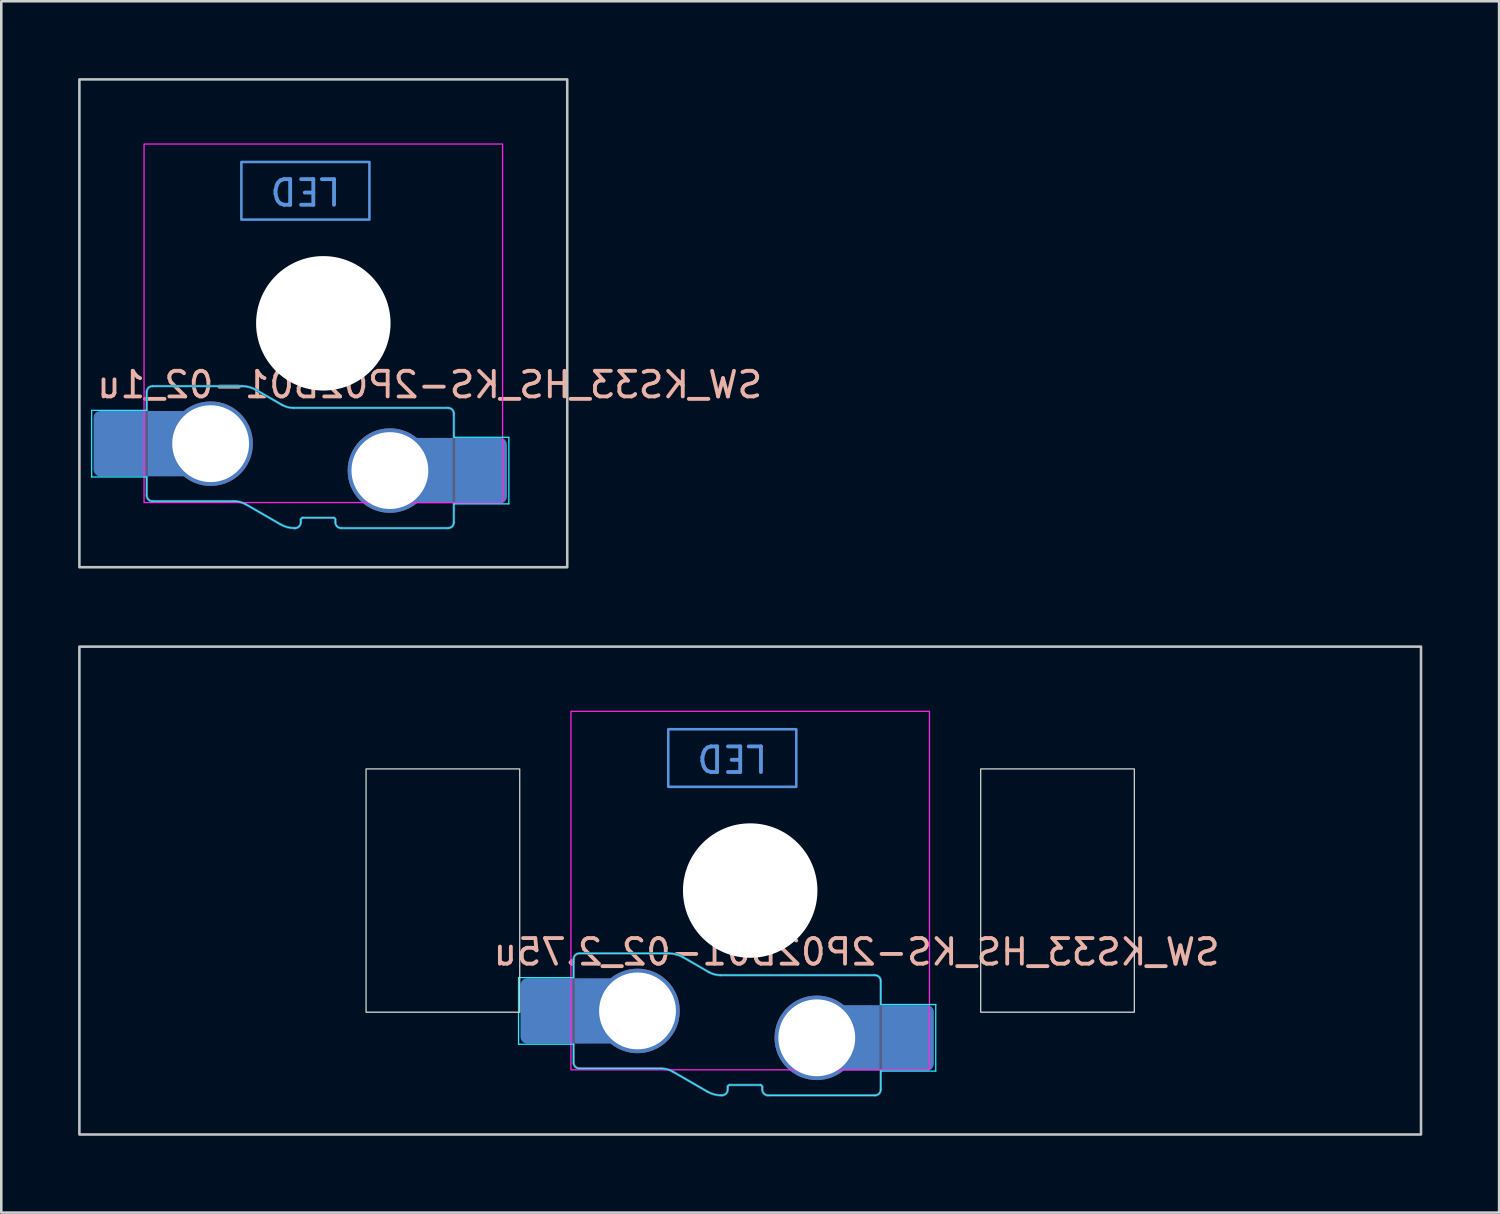
<source format=kicad_pcb>
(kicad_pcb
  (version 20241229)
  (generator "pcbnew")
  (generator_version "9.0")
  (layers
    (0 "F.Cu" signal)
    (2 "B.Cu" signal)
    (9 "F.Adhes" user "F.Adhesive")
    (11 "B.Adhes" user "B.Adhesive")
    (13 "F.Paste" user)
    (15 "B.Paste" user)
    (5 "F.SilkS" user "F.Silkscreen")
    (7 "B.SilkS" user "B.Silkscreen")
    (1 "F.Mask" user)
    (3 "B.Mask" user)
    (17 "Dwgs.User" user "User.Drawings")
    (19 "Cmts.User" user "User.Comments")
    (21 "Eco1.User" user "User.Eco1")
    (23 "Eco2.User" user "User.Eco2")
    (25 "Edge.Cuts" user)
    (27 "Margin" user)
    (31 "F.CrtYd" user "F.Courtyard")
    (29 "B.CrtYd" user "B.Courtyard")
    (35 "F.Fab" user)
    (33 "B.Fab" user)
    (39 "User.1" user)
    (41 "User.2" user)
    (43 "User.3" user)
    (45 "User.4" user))
  (footprint "SW_KS33_HS_KS-2P02B01-02_2.75u"
    (layer "F.Cu")
    (at 26.244 31.725)
    (property "Reference" "SW_KS33_HS_KS-2P02B01-02_2.75u" (at 4.155 2.4 180) (layer "B.SilkS") (effects (font (size 1 1) (thickness 0.15)) (justify mirror)))
    (attr smd)
    (fp_rect (start -26.194 -9.525) (end 26.194 9.525) (stroke (width 0.1) (type solid)) (fill no) (layer "Dwgs.User"))
    (fp_rect (start -3.2 -4.05) (end 1.8 -6.3) (stroke (width 0.1) (type default)) (fill no) (layer "Cmts.User"))
    (fp_line (start -7 -6.5) (end -7 6.5) (stroke (width 0.1) (type default)) (layer "Eco2.User"))
    (fp_line (start -6.5 7) (end 6.5 7) (stroke (width 0.1) (type default)) (layer "Eco2.User"))
    (fp_line (start 6.5 -7) (end -6.5 -7) (stroke (width 0.1) (type default)) (layer "Eco2.User"))
    (fp_line (start 7 6.5) (end 7 -6.5) (stroke (width 0.1) (type default)) (layer "Eco2.User"))
    (fp_arc (start -7 -6.5) (mid -6.853553 -6.853553) (end -6.5 -7) (stroke (width 0.1) (type default)) (layer "Eco2.User"))
    (fp_arc (start -6.5 7) (mid -6.853553 6.853553) (end -7 6.5) (stroke (width 0.1) (type default)) (layer "Eco2.User"))
    (fp_arc (start 6.5 -7) (mid 6.853553 -6.853553) (end 7 -6.5) (stroke (width 0.1) (type default)) (layer "Eco2.User"))
    (fp_arc (start 7 6.5) (mid 6.853553 6.853553) (end 6.5 7) (stroke (width 0.1) (type default)) (layer "Eco2.User"))
    (fp_rect (start -15 -4.75) (end -9 4.75) (stroke (width 0.05) (type solid)) (fill no) (layer "Edge.Cuts"))
    (fp_rect (start 9 -4.75) (end 15 4.75) (stroke (width 0.05) (type solid)) (fill no) (layer "Edge.Cuts"))
    (fp_line (start -9.045 3.4) (end -9.045 6) (stroke (width 0.05) (type solid)) (layer "B.CrtYd"))
    (fp_line (start -9.045 6) (end -6.897 6) (stroke (width 0.05) (type solid)) (layer "B.CrtYd"))
    (fp_line (start -6.897 2.678) (end -6.897 3.4) (stroke (width 0.05) (type default)) (layer "B.CrtYd"))
    (fp_line (start -6.897 3.4) (end -9.045 3.4) (stroke (width 0.05) (type solid)) (layer "B.CrtYd"))
    (fp_line (start -6.897 6.722) (end -6.897 6) (stroke (width 0.05) (type default)) (layer "B.CrtYd"))
    (fp_line (start -6.672 6.947) (end -3.486 6.947) (stroke (width 0.05) (type solid)) (layer "B.CrtYd"))
    (fp_line (start -3.169 2.453) (end -6.672 2.453) (stroke (width 0.05) (type solid)) (layer "B.CrtYd"))
    (fp_line (start -3.023 7.07) (end -1.669 7.853) (stroke (width 0.05) (type solid)) (layer "B.CrtYd"))
    (fp_line (start -1.623 3.18) (end -2.631 2.597) (stroke (width 0.05) (type solid)) (layer "B.CrtYd"))
    (fp_line (start -1.131 7.997) (end -1.103 7.997) (stroke (width 0.05) (type solid)) (layer "B.CrtYd"))
    (fp_line (start -0.878 7.772) (end -0.878 7.666) (stroke (width 0.05) (type solid)) (layer "B.CrtYd"))
    (fp_line (start -0.803 7.591) (end 0.397 7.591) (stroke (width 0.05) (type solid)) (layer "B.CrtYd"))
    (fp_line (start 0.472 7.666) (end 0.472 7.772) (stroke (width 0.05) (type solid)) (layer "B.CrtYd"))
    (fp_line (start 0.697 7.997) (end 4.872 7.997) (stroke (width 0.05) (type solid)) (layer "B.CrtYd"))
    (fp_line (start 4.872 3.303) (end -1.161 3.303) (stroke (width 0.05) (type solid)) (layer "B.CrtYd"))
    (fp_line (start 5.097 4.45) (end 5.097 3.528) (stroke (width 0.05) (type default)) (layer "B.CrtYd"))
    (fp_line (start 5.097 7.05) (end 7.245 7.05) (stroke (width 0.05) (type solid)) (layer "B.CrtYd"))
    (fp_line (start 5.097 7.772) (end 5.097 7.05) (stroke (width 0.05) (type solid)) (layer "B.CrtYd"))
    (fp_line (start 7.245 4.45) (end 5.097 4.45) (stroke (width 0.05) (type solid)) (layer "B.CrtYd"))
    (fp_line (start 7.245 7.05) (end 7.245 4.45) (stroke (width 0.05) (type solid)) (layer "B.CrtYd"))
    (fp_arc (start -6.896509 2.678462) (mid -6.830601 2.51939) (end -6.671525 2.453491) (stroke (width 0.05) (type solid)) (layer "B.CrtYd"))
    (fp_arc (start -6.671538 6.946509) (mid -6.830605 6.880605) (end -6.896509 6.721538) (stroke (width 0.05) (type solid)) (layer "B.CrtYd"))
    (fp_arc (start -3.485647 6.946509) (mid -3.246259 6.978024) (end -3.023183 7.070426) (stroke (width 0.05) (type solid)) (layer "B.CrtYd"))
    (fp_arc (start -3.168841 2.453491) (mid -2.890655 2.490133) (end -2.63142 2.597493) (stroke (width 0.05) (type solid)) (layer "B.CrtYd"))
    (fp_arc (start -1.160763 3.303491) (mid -1.400151 3.271972) (end -1.623227 3.179574) (stroke (width 0.05) (type solid)) (layer "B.CrtYd"))
    (fp_arc (start -1.131159 7.996509) (mid -1.409348 7.959882) (end -1.66858 7.852507) (stroke (width 0.05) (type solid)) (layer "B.CrtYd"))
    (fp_arc (start -0.878483 7.666366) (mid -0.856509 7.613326) (end -0.803483 7.591366) (stroke (width 0.05) (type solid)) (layer "B.CrtYd"))
    (fp_arc (start -0.878483 7.771509) (mid -0.944384 7.930608) (end -1.103483 7.996509) (stroke (width 0.05) (type solid)) (layer "B.CrtYd"))
    (fp_arc (start 0.396517 7.591366) (mid 0.44955 7.613333) (end 0.471517 7.666366) (stroke (width 0.05) (type solid)) (layer "B.CrtYd"))
    (fp_arc (start 0.696525 7.997359) (mid 0.537421 7.931461) (end 0.471517 7.772359) (stroke (width 0.05) (type solid)) (layer "B.CrtYd"))
    (fp_arc (start 4.871538 3.303491) (mid 5.030608 3.369392) (end 5.096509 3.528462) (stroke (width 0.05) (type solid)) (layer "B.CrtYd"))
    (fp_arc (start 5.096509 7.771538) (mid 5.030611 7.930605) (end 4.871547 7.996509) (stroke (width 0.05) (type solid)) (layer "B.CrtYd"))
    (fp_rect (start -7 7) (end 7 -7) (stroke (width 0.05) (type default)) (fill no) (layer "F.CrtYd"))
    (fp_line (start -6.897 2.678) (end -6.897 6.722) (stroke (width 0.1) (type solid)) (layer "B.Fab"))
    (fp_line (start -6.672 6.947) (end -3.486 6.947) (stroke (width 0.1) (type solid)) (layer "B.Fab"))
    (fp_line (start -3.169 2.453) (end -6.672 2.453) (stroke (width 0.1) (type solid)) (layer "B.Fab"))
    (fp_line (start -3.023 7.07) (end -1.669 7.853) (stroke (width 0.1) (type solid)) (layer "B.Fab"))
    (fp_line (start -1.623 3.18) (end -2.631 2.597) (stroke (width 0.1) (type solid)) (layer "B.Fab"))
    (fp_line (start -1.131 7.997) (end -1.103 7.997) (stroke (width 0.1) (type solid)) (layer "B.Fab"))
    (fp_line (start -0.878 7.772) (end -0.878 7.666) (stroke (width 0.1) (type solid)) (layer "B.Fab"))
    (fp_line (start -0.803 7.591) (end 0.397 7.591) (stroke (width 0.1) (type solid)) (layer "B.Fab"))
    (fp_line (start 0.472 7.666) (end 0.472 7.772) (stroke (width 0.1) (type solid)) (layer "B.Fab"))
    (fp_line (start 0.697 7.997) (end 4.872 7.997) (stroke (width 0.1) (type solid)) (layer "B.Fab"))
    (fp_line (start 4.872 3.303) (end -1.161 3.303) (stroke (width 0.1) (type solid)) (layer "B.Fab"))
    (fp_line (start 5.097 7.772) (end 5.097 3.528) (stroke (width 0.1) (type solid)) (layer "B.Fab"))
    (fp_arc (start -6.896509 2.678462) (mid -6.830601 2.51939) (end -6.671525 2.453491) (stroke (width 0.1) (type solid)) (layer "B.Fab"))
    (fp_arc (start -6.671538 6.946509) (mid -6.830605 6.880605) (end -6.896509 6.721538) (stroke (width 0.1) (type solid)) (layer "B.Fab"))
    (fp_arc (start -3.485647 6.946509) (mid -3.246259 6.978024) (end -3.023183 7.070426) (stroke (width 0.1) (type solid)) (layer "B.Fab"))
    (fp_arc (start -3.168841 2.453491) (mid -2.890655 2.490133) (end -2.63142 2.597493) (stroke (width 0.1) (type solid)) (layer "B.Fab"))
    (fp_arc (start -1.160763 3.303491) (mid -1.400151 3.271972) (end -1.623227 3.179574) (stroke (width 0.1) (type solid)) (layer "B.Fab"))
    (fp_arc (start -1.131159 7.996509) (mid -1.409348 7.959882) (end -1.66858 7.852507) (stroke (width 0.1) (type solid)) (layer "B.Fab"))
    (fp_arc (start -0.878483 7.666366) (mid -0.856509 7.613326) (end -0.803483 7.591366) (stroke (width 0.1) (type solid)) (layer "B.Fab"))
    (fp_arc (start -0.878483 7.771509) (mid -0.944384 7.930608) (end -1.103483 7.996509) (stroke (width 0.1) (type solid)) (layer "B.Fab"))
    (fp_arc (start 0.396517 7.591366) (mid 0.44955 7.613333) (end 0.471517 7.666366) (stroke (width 0.1) (type solid)) (layer "B.Fab"))
    (fp_arc (start 0.696525 7.997359) (mid 0.537421 7.931461) (end 0.471517 7.772359) (stroke (width 0.1) (type solid)) (layer "B.Fab"))
    (fp_arc (start 4.871538 3.303491) (mid 5.030608 3.369392) (end 5.096509 3.528462) (stroke (width 0.1) (type solid)) (layer "B.Fab"))
    (fp_arc (start 5.096509 7.771538) (mid 5.030611 7.930605) (end 4.871547 7.996509) (stroke (width 0.1) (type solid)) (layer "B.Fab"))
    (fp_text user "LED" (at -0.7 -5.175 180) (unlocked yes) (layer "Cmts.User") (effects (font (size 1 1) (thickness 0.15))))
    (pad "" np_thru_hole circle (at 0 0 180) (size 5.25 5.25) (drill 5.25) (layers "*.Cu" "*.Mask"))
    (pad "1" smd roundrect (at -7.645 4.7) (size 2.65 2.55) (layers "B.Cu" "B.Mask" "B.Paste") (roundrect_rratio 0.1))
    (pad "1" smd rect (at -5.95 4.7) (size 1.2 2.55) (layers "B.Cu"))
    (pad "1" thru_hole circle (at -4.4 4.7) (size 3.3 3.3) (drill 3) (layers "*.Cu" "B.Mask"))
    (pad "2" thru_hole circle (at 2.6 5.75) (size 3.3 3.3) (drill 3) (layers "*.Cu" "B.Mask"))
    (pad "2" smd rect (at 4.15 5.75 180) (size 1.2 2.55) (layers "B.Cu"))
    (pad "2" smd roundrect (at 5.845 5.75) (size 2.65 2.55) (layers "B.Cu" "B.Mask" "B.Paste") (roundrect_rratio 0.1)))
  (footprint "SW_KS33_HS_KS-2P02B01-02_1u"
    (layer "F.Cu")
    (at 9.575 9.575)
    (property "Reference" "SW_KS33_HS_KS-2P02B01-02_1u" (at 4.155 2.4 180) (layer "B.SilkS") (effects (font (size 1 1) (thickness 0.15)) (justify mirror)))
    (attr smd)
    (fp_rect (start -9.525 -9.525) (end 9.525 9.525) (stroke (width 0.1) (type default)) (fill no) (layer "Dwgs.User"))
    (fp_rect (start -3.2 -4.05) (end 1.8 -6.3) (stroke (width 0.1) (type default)) (fill no) (layer "Cmts.User"))
    (fp_line (start -7 -6.5) (end -7 6.5) (stroke (width 0.1) (type default)) (layer "Eco2.User"))
    (fp_line (start -6.5 7) (end 6.5 7) (stroke (width 0.1) (type default)) (layer "Eco2.User"))
    (fp_line (start 6.5 -7) (end -6.5 -7) (stroke (width 0.1) (type default)) (layer "Eco2.User"))
    (fp_line (start 7 6.5) (end 7 -6.5) (stroke (width 0.1) (type default)) (layer "Eco2.User"))
    (fp_arc (start -7 -6.5) (mid -6.853553 -6.853553) (end -6.5 -7) (stroke (width 0.1) (type default)) (layer "Eco2.User"))
    (fp_arc (start -6.5 7) (mid -6.853553 6.853553) (end -7 6.5) (stroke (width 0.1) (type default)) (layer "Eco2.User"))
    (fp_arc (start 6.5 -7) (mid 6.853553 -6.853553) (end 7 -6.5) (stroke (width 0.1) (type default)) (layer "Eco2.User"))
    (fp_arc (start 7 6.5) (mid 6.853553 6.853553) (end 6.5 7) (stroke (width 0.1) (type default)) (layer "Eco2.User"))
    (fp_line (start -9.045 3.4) (end -9.045 6) (stroke (width 0.05) (type solid)) (layer "B.CrtYd"))
    (fp_line (start -9.045 6) (end -6.897 6) (stroke (width 0.05) (type solid)) (layer "B.CrtYd"))
    (fp_line (start -6.897 2.678) (end -6.897 3.4) (stroke (width 0.05) (type default)) (layer "B.CrtYd"))
    (fp_line (start -6.897 3.4) (end -9.045 3.4) (stroke (width 0.05) (type solid)) (layer "B.CrtYd"))
    (fp_line (start -6.897 6.722) (end -6.897 6) (stroke (width 0.05) (type default)) (layer "B.CrtYd"))
    (fp_line (start -6.672 6.947) (end -3.486 6.947) (stroke (width 0.05) (type solid)) (layer "B.CrtYd"))
    (fp_line (start -3.169 2.453) (end -6.672 2.453) (stroke (width 0.05) (type solid)) (layer "B.CrtYd"))
    (fp_line (start -3.023 7.07) (end -1.669 7.853) (stroke (width 0.05) (type solid)) (layer "B.CrtYd"))
    (fp_line (start -1.623 3.18) (end -2.631 2.597) (stroke (width 0.05) (type solid)) (layer "B.CrtYd"))
    (fp_line (start -1.131 7.997) (end -1.103 7.997) (stroke (width 0.05) (type solid)) (layer "B.CrtYd"))
    (fp_line (start -0.878 7.772) (end -0.878 7.666) (stroke (width 0.05) (type solid)) (layer "B.CrtYd"))
    (fp_line (start -0.803 7.591) (end 0.397 7.591) (stroke (width 0.05) (type solid)) (layer "B.CrtYd"))
    (fp_line (start 0.472 7.666) (end 0.472 7.772) (stroke (width 0.05) (type solid)) (layer "B.CrtYd"))
    (fp_line (start 0.697 7.997) (end 4.872 7.997) (stroke (width 0.05) (type solid)) (layer "B.CrtYd"))
    (fp_line (start 4.872 3.303) (end -1.161 3.303) (stroke (width 0.05) (type solid)) (layer "B.CrtYd"))
    (fp_line (start 5.097 4.45) (end 5.097 3.528) (stroke (width 0.05) (type default)) (layer "B.CrtYd"))
    (fp_line (start 5.097 7.05) (end 7.245 7.05) (stroke (width 0.05) (type solid)) (layer "B.CrtYd"))
    (fp_line (start 5.097 7.772) (end 5.097 7.05) (stroke (width 0.05) (type solid)) (layer "B.CrtYd"))
    (fp_line (start 7.245 4.45) (end 5.097 4.45) (stroke (width 0.05) (type solid)) (layer "B.CrtYd"))
    (fp_line (start 7.245 7.05) (end 7.245 4.45) (stroke (width 0.05) (type solid)) (layer "B.CrtYd"))
    (fp_arc (start -6.896509 2.678462) (mid -6.830601 2.51939) (end -6.671525 2.453491) (stroke (width 0.05) (type solid)) (layer "B.CrtYd"))
    (fp_arc (start -6.671538 6.946509) (mid -6.830605 6.880605) (end -6.896509 6.721538) (stroke (width 0.05) (type solid)) (layer "B.CrtYd"))
    (fp_arc (start -3.485647 6.946509) (mid -3.246259 6.978024) (end -3.023183 7.070426) (stroke (width 0.05) (type solid)) (layer "B.CrtYd"))
    (fp_arc (start -3.168841 2.453491) (mid -2.890655 2.490133) (end -2.63142 2.597493) (stroke (width 0.05) (type solid)) (layer "B.CrtYd"))
    (fp_arc (start -1.160763 3.303491) (mid -1.400151 3.271972) (end -1.623227 3.179574) (stroke (width 0.05) (type solid)) (layer "B.CrtYd"))
    (fp_arc (start -1.131159 7.996509) (mid -1.409348 7.959882) (end -1.66858 7.852507) (stroke (width 0.05) (type solid)) (layer "B.CrtYd"))
    (fp_arc (start -0.878483 7.666366) (mid -0.856509 7.613326) (end -0.803483 7.591366) (stroke (width 0.05) (type solid)) (layer "B.CrtYd"))
    (fp_arc (start -0.878483 7.771509) (mid -0.944384 7.930608) (end -1.103483 7.996509) (stroke (width 0.05) (type solid)) (layer "B.CrtYd"))
    (fp_arc (start 0.396517 7.591366) (mid 0.44955 7.613333) (end 0.471517 7.666366) (stroke (width 0.05) (type solid)) (layer "B.CrtYd"))
    (fp_arc (start 0.696525 7.997359) (mid 0.537421 7.931461) (end 0.471517 7.772359) (stroke (width 0.05) (type solid)) (layer "B.CrtYd"))
    (fp_arc (start 4.871538 3.303491) (mid 5.030608 3.369392) (end 5.096509 3.528462) (stroke (width 0.05) (type solid)) (layer "B.CrtYd"))
    (fp_arc (start 5.096509 7.771538) (mid 5.030611 7.930605) (end 4.871547 7.996509) (stroke (width 0.05) (type solid)) (layer "B.CrtYd"))
    (fp_rect (start -7 7) (end 7 -7) (stroke (width 0.05) (type default)) (fill no) (layer "F.CrtYd"))
    (fp_line (start -6.897 2.678) (end -6.897 6.722) (stroke (width 0.1) (type solid)) (layer "B.Fab"))
    (fp_line (start -6.672 6.947) (end -3.486 6.947) (stroke (width 0.1) (type solid)) (layer "B.Fab"))
    (fp_line (start -3.169 2.453) (end -6.672 2.453) (stroke (width 0.1) (type solid)) (layer "B.Fab"))
    (fp_line (start -3.023 7.07) (end -1.669 7.853) (stroke (width 0.1) (type solid)) (layer "B.Fab"))
    (fp_line (start -1.623 3.18) (end -2.631 2.597) (stroke (width 0.1) (type solid)) (layer "B.Fab"))
    (fp_line (start -1.131 7.997) (end -1.103 7.997) (stroke (width 0.1) (type solid)) (layer "B.Fab"))
    (fp_line (start -0.878 7.772) (end -0.878 7.666) (stroke (width 0.1) (type solid)) (layer "B.Fab"))
    (fp_line (start -0.803 7.591) (end 0.397 7.591) (stroke (width 0.1) (type solid)) (layer "B.Fab"))
    (fp_line (start 0.472 7.666) (end 0.472 7.772) (stroke (width 0.1) (type solid)) (layer "B.Fab"))
    (fp_line (start 0.697 7.997) (end 4.872 7.997) (stroke (width 0.1) (type solid)) (layer "B.Fab"))
    (fp_line (start 4.872 3.303) (end -1.161 3.303) (stroke (width 0.1) (type solid)) (layer "B.Fab"))
    (fp_line (start 5.097 7.772) (end 5.097 3.528) (stroke (width 0.1) (type solid)) (layer "B.Fab"))
    (fp_arc (start -6.896509 2.678462) (mid -6.830601 2.51939) (end -6.671525 2.453491) (stroke (width 0.1) (type solid)) (layer "B.Fab"))
    (fp_arc (start -6.671538 6.946509) (mid -6.830605 6.880605) (end -6.896509 6.721538) (stroke (width 0.1) (type solid)) (layer "B.Fab"))
    (fp_arc (start -3.485647 6.946509) (mid -3.246259 6.978024) (end -3.023183 7.070426) (stroke (width 0.1) (type solid)) (layer "B.Fab"))
    (fp_arc (start -3.168841 2.453491) (mid -2.890655 2.490133) (end -2.63142 2.597493) (stroke (width 0.1) (type solid)) (layer "B.Fab"))
    (fp_arc (start -1.160763 3.303491) (mid -1.400151 3.271972) (end -1.623227 3.179574) (stroke (width 0.1) (type solid)) (layer "B.Fab"))
    (fp_arc (start -1.131159 7.996509) (mid -1.409348 7.959882) (end -1.66858 7.852507) (stroke (width 0.1) (type solid)) (layer "B.Fab"))
    (fp_arc (start -0.878483 7.666366) (mid -0.856509 7.613326) (end -0.803483 7.591366) (stroke (width 0.1) (type solid)) (layer "B.Fab"))
    (fp_arc (start -0.878483 7.771509) (mid -0.944384 7.930608) (end -1.103483 7.996509) (stroke (width 0.1) (type solid)) (layer "B.Fab"))
    (fp_arc (start 0.396517 7.591366) (mid 0.44955 7.613333) (end 0.471517 7.666366) (stroke (width 0.1) (type solid)) (layer "B.Fab"))
    (fp_arc (start 0.696525 7.997359) (mid 0.537421 7.931461) (end 0.471517 7.772359) (stroke (width 0.1) (type solid)) (layer "B.Fab"))
    (fp_arc (start 4.871538 3.303491) (mid 5.030608 3.369392) (end 5.096509 3.528462) (stroke (width 0.1) (type solid)) (layer "B.Fab"))
    (fp_arc (start 5.096509 7.771538) (mid 5.030611 7.930605) (end 4.871547 7.996509) (stroke (width 0.1) (type solid)) (layer "B.Fab"))
    (fp_text user "LED" (at -0.7 -5.175 180) (unlocked yes) (layer "Cmts.User") (effects (font (size 1 1) (thickness 0.15))))
    (pad "" np_thru_hole circle (at 0 0 180) (size 5.25 5.25) (drill 5.25) (layers "*.Cu" "*.Mask"))
    (pad "1" smd roundrect (at -7.645 4.7) (size 2.65 2.55) (layers "B.Cu" "B.Mask" "B.Paste") (roundrect_rratio 0.1))
    (pad "1" smd rect (at -5.95 4.7) (size 1.2 2.55) (layers "B.Cu"))
    (pad "1" thru_hole circle (at -4.4 4.7) (size 3.3 3.3) (drill 3) (layers "*.Cu" "B.Mask"))
    (pad "2" thru_hole circle (at 2.6 5.75) (size 3.3 3.3) (drill 3) (layers "*.Cu" "B.Mask"))
    (pad "2" smd rect (at 4.15 5.75 180) (size 1.2 2.55) (layers "B.Cu"))
    (pad "2" smd roundrect (at 5.845 5.75) (size 2.65 2.55) (layers "B.Cu" "B.Mask" "B.Paste") (roundrect_rratio 0.1)))
  (gr_rect
    (start -3 -3)
    (end 55.487 44.3)
    (stroke (width 0.1) (type default))
    (fill no)
    (layer "Edge.Cuts")))
</source>
